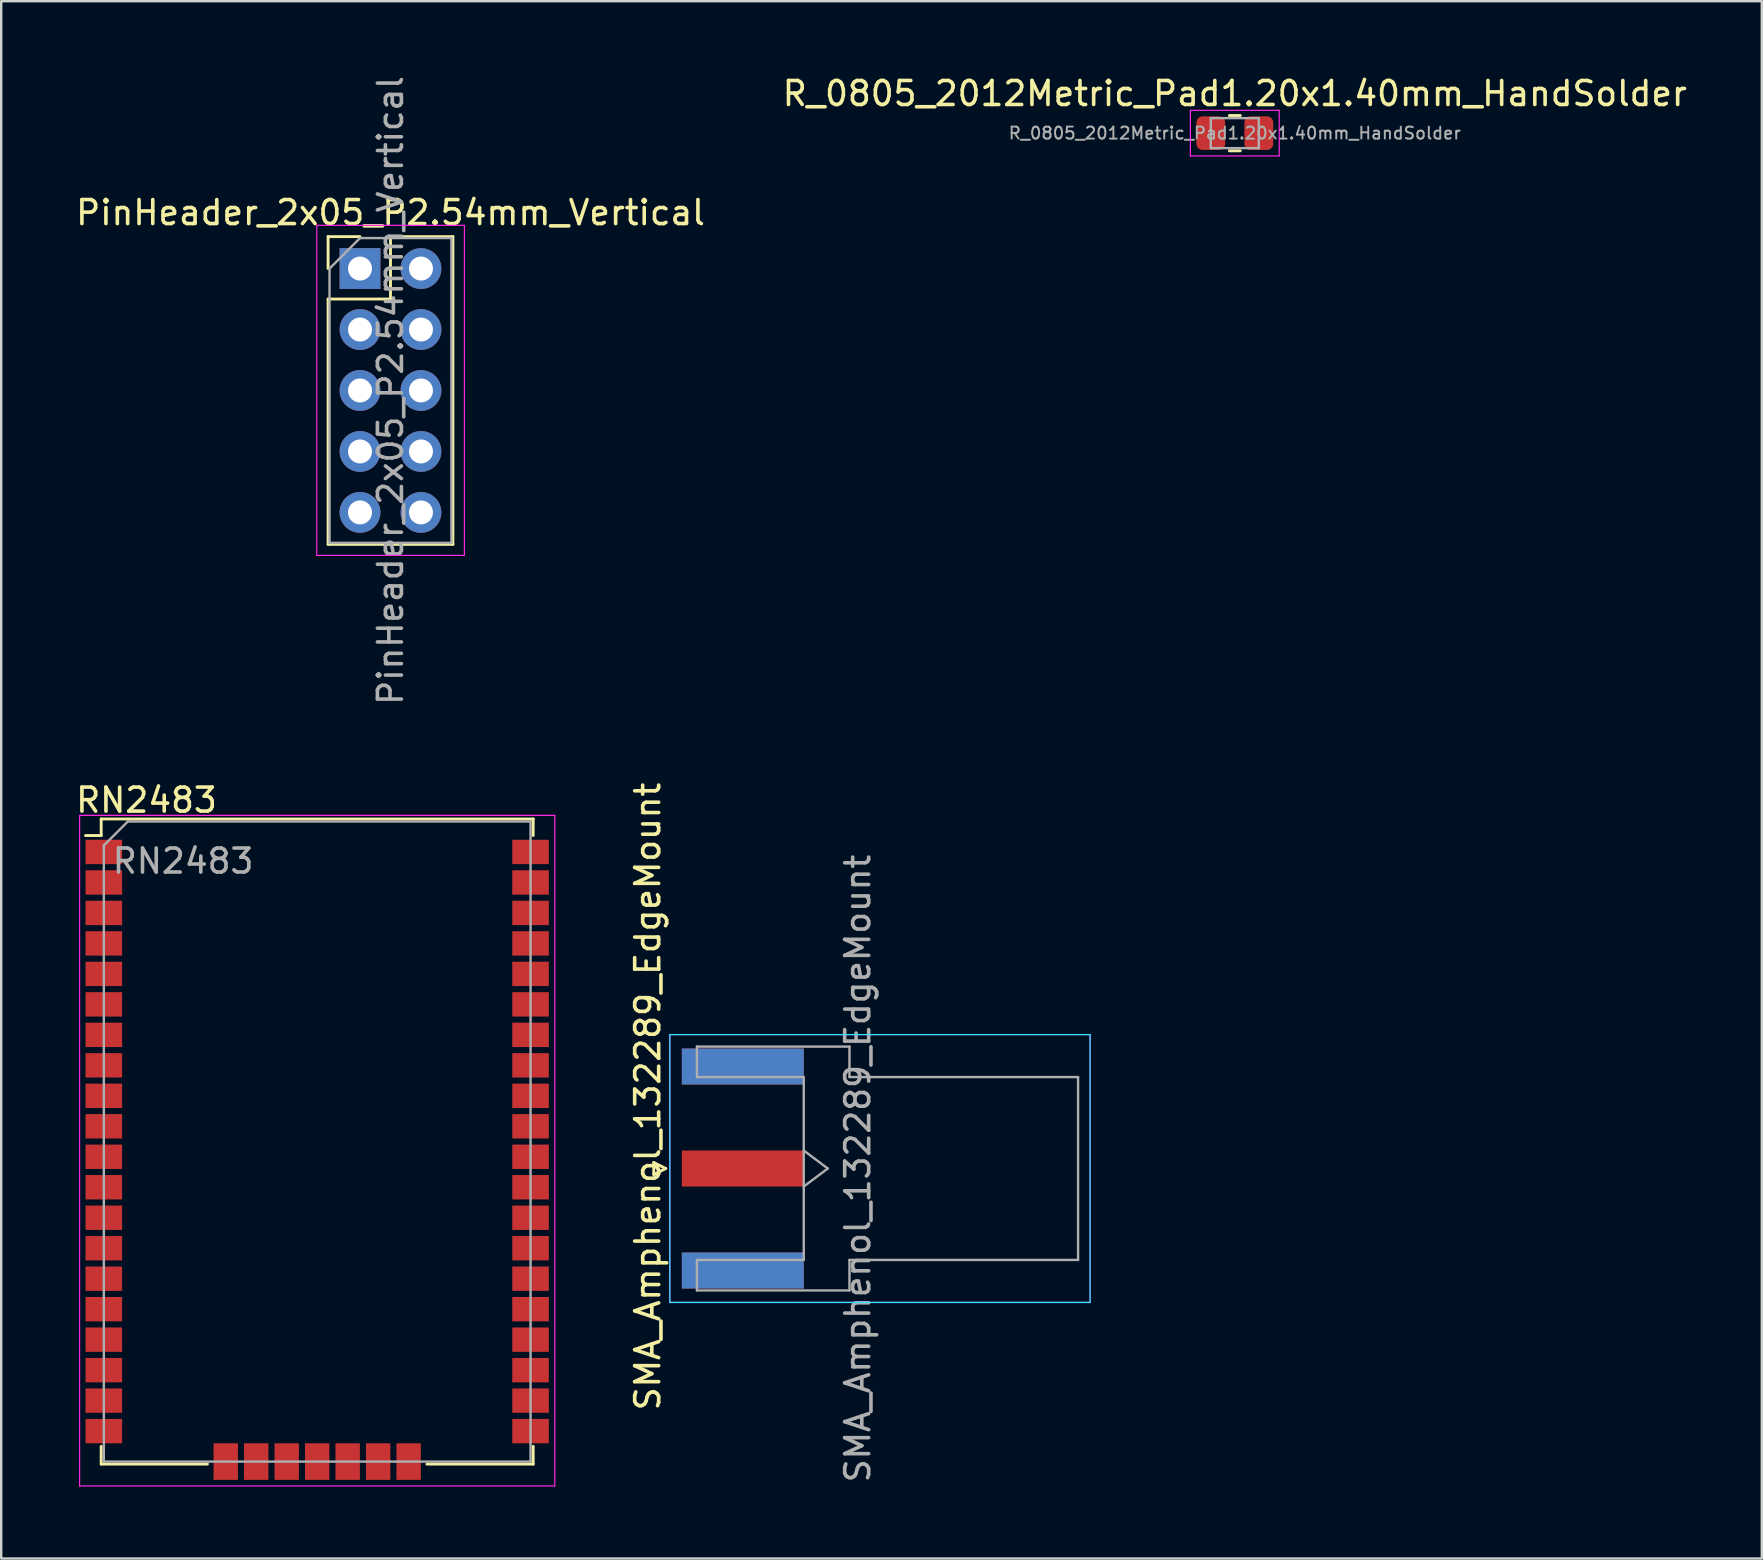
<source format=kicad_pcb>
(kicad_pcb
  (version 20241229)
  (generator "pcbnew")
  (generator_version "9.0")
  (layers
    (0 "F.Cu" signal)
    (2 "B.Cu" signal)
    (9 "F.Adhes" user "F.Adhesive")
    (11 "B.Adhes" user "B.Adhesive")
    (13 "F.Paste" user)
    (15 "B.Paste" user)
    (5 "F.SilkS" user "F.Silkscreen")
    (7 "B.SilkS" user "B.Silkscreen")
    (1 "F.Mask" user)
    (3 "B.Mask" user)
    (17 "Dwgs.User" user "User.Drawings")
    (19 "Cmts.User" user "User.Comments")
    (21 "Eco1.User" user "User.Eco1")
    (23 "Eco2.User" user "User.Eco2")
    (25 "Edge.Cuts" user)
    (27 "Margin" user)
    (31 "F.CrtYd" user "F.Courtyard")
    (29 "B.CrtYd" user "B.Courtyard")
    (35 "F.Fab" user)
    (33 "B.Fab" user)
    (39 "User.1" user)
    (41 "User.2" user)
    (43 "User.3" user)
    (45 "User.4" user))
  (footprint "R_0805_2012Metric_Pad1.20x1.40mm_HandSolder"
    (layer "F.Cu")
    (at 48.399 2.498)
    (property "Reference" "R_0805_2012Metric_Pad1.20x1.40mm_HandSolder" (at 0 -1.65 180) (layer "F.SilkS") (effects (font (size 1 1) (thickness 0.15))))
    (attr smd)
    (fp_line (start -0.227 -0.735) (end 0.227 -0.735) (stroke (width 0.12) (type solid)) (layer "F.SilkS"))
    (fp_line (start -0.227 0.735) (end 0.227 0.735) (stroke (width 0.12) (type solid)) (layer "F.SilkS"))
    (fp_line (start -1.85 -0.95) (end 1.85 -0.95) (stroke (width 0.05) (type solid)) (layer "F.CrtYd"))
    (fp_line (start -1.85 0.95) (end -1.85 -0.95) (stroke (width 0.05) (type solid)) (layer "F.CrtYd"))
    (fp_line (start 1.85 -0.95) (end 1.85 0.95) (stroke (width 0.05) (type solid)) (layer "F.CrtYd"))
    (fp_line (start 1.85 0.95) (end -1.85 0.95) (stroke (width 0.05) (type solid)) (layer "F.CrtYd"))
    (fp_line (start -1 -0.625) (end 1 -0.625) (stroke (width 0.1) (type solid)) (layer "F.Fab"))
    (fp_line (start -1 0.625) (end -1 -0.625) (stroke (width 0.1) (type solid)) (layer "F.Fab"))
    (fp_line (start 1 -0.625) (end 1 0.625) (stroke (width 0.1) (type solid)) (layer "F.Fab"))
    (fp_line (start 1 0.625) (end -1 0.625) (stroke (width 0.1) (type solid)) (layer "F.Fab"))
    (fp_text user "${REFERENCE}" (at 0 0 180) (layer "F.Fab") (effects (font (size 0.5 0.5) (thickness 0.08))))
    (pad "1" smd roundrect (at -1 0) (size 1.2 1.4) (layers "F.Cu" "F.Mask" "F.Paste") (roundrect_rratio 0.208))
    (pad "2" smd roundrect (at 1 0) (size 1.2 1.4) (layers "F.Cu" "F.Mask" "F.Paste") (roundrect_rratio 0.208)))
  (footprint "RN2483"
    (layer "F.Cu")
    (at 10.166 44.513)
    (property "Reference" "RN2483" (at -7.112 -14.224 0) (layer "F.SilkS") (effects (font (size 1 1) (thickness 0.15))))
    (attr smd)
    (fp_line (start -9 -13.44) (end 9 -13.44) (stroke (width 0.12) (type solid)) (layer "F.SilkS"))
    (fp_line (start -9 -12.75) (end -9.652 -12.75) (stroke (width 0.12) (type solid)) (layer "F.SilkS"))
    (fp_line (start -9 -12.75) (end -9 -13.44) (stroke (width 0.12) (type solid)) (layer "F.SilkS"))
    (fp_line (start -9 12.7) (end -9 13.44) (stroke (width 0.12) (type solid)) (layer "F.SilkS"))
    (fp_line (start -9 13.44) (end -4.572 13.44) (stroke (width 0.12) (type solid)) (layer "F.SilkS"))
    (fp_line (start 4.572 13.44) (end 9 13.44) (stroke (width 0.12) (type solid)) (layer "F.SilkS"))
    (fp_line (start 9 -13.44) (end 9 -12.75) (stroke (width 0.12) (type solid)) (layer "F.SilkS"))
    (fp_line (start 9 13.44) (end 9 12.7) (stroke (width 0.12) (type solid)) (layer "F.SilkS"))
    (fp_line (start -9.9 -13.59) (end 9.9 -13.59) (stroke (width 0.05) (type solid)) (layer "F.CrtYd"))
    (fp_line (start -9.9 14.35) (end -9.9 -13.59) (stroke (width 0.05) (type solid)) (layer "F.CrtYd"))
    (fp_line (start 9.9 -13.59) (end 9.9 14.35) (stroke (width 0.05) (type solid)) (layer "F.CrtYd"))
    (fp_line (start 9.9 14.35) (end -9.9 14.35) (stroke (width 0.05) (type solid)) (layer "F.CrtYd"))
    (fp_line (start -8.89 13.335) (end -8.89 -12.335) (stroke (width 0.1) (type solid)) (layer "F.Fab"))
    (fp_line (start -7.89 -13.335) (end -8.89 -12.335) (stroke (width 0.1) (type solid)) (layer "F.Fab"))
    (fp_line (start -7.89 -13.335) (end 8.89 -13.335) (stroke (width 0.1) (type solid)) (layer "F.Fab"))
    (fp_line (start 8.89 -13.335) (end 8.89 13.335) (stroke (width 0.1) (type solid)) (layer "F.Fab"))
    (fp_line (start 8.89 13.335) (end -8.89 13.335) (stroke (width 0.1) (type solid)) (layer "F.Fab"))
    (fp_text user "${REFERENCE}" (at -5.588 -11.684 0) (layer "F.Fab") (effects (font (size 1 1) (thickness 0.15))))
    (pad "1" smd rect (at -8.89 -12.065) (size 1.524 1.016) (layers "F.Cu" "F.Mask" "F.Paste"))
    (pad "2" smd rect (at -8.89 -10.795) (size 1.524 1.016) (layers "F.Cu" "F.Mask" "F.Paste"))
    (pad "3" smd rect (at -8.89 -9.525) (size 1.524 1.016) (layers "F.Cu" "F.Mask" "F.Paste"))
    (pad "4" smd rect (at -8.89 -8.255) (size 1.524 1.016) (layers "F.Cu" "F.Mask" "F.Paste"))
    (pad "5" smd rect (at -8.89 -6.985) (size 1.524 1.016) (layers "F.Cu" "F.Mask" "F.Paste"))
    (pad "6" smd rect (at -8.89 -5.715) (size 1.524 1.016) (layers "F.Cu" "F.Mask" "F.Paste"))
    (pad "7" smd rect (at -8.89 -4.445) (size 1.524 1.016) (layers "F.Cu" "F.Mask" "F.Paste"))
    (pad "8" smd rect (at -8.89 -3.175) (size 1.524 1.016) (layers "F.Cu" "F.Mask" "F.Paste"))
    (pad "9" smd rect (at -8.89 -1.905) (size 1.524 1.016) (layers "F.Cu" "F.Mask" "F.Paste"))
    (pad "10" smd rect (at -8.89 -0.635) (size 1.524 1.016) (layers "F.Cu" "F.Mask" "F.Paste"))
    (pad "11" smd rect (at -8.89 0.635) (size 1.524 1.016) (layers "F.Cu" "F.Mask" "F.Paste"))
    (pad "12" smd rect (at -8.89 1.905) (size 1.524 1.016) (layers "F.Cu" "F.Mask" "F.Paste"))
    (pad "13" smd rect (at -8.89 3.175) (size 1.524 1.016) (layers "F.Cu" "F.Mask" "F.Paste"))
    (pad "14" smd rect (at -8.89 4.445) (size 1.524 1.016) (layers "F.Cu" "F.Mask" "F.Paste"))
    (pad "15" smd rect (at -8.89 5.715) (size 1.524 1.016) (layers "F.Cu" "F.Mask" "F.Paste"))
    (pad "16" smd rect (at -8.89 6.985) (size 1.524 1.016) (layers "F.Cu" "F.Mask" "F.Paste"))
    (pad "17" smd rect (at -8.89 8.255) (size 1.524 1.016) (layers "F.Cu" "F.Mask" "F.Paste"))
    (pad "18" smd rect (at -8.89 9.525) (size 1.524 1.016) (layers "F.Cu" "F.Mask" "F.Paste"))
    (pad "19" smd rect (at -8.89 10.795) (size 1.524 1.016) (layers "F.Cu" "F.Mask" "F.Paste"))
    (pad "20" smd rect (at -8.89 12.065) (size 1.524 1.016) (layers "F.Cu" "F.Mask" "F.Paste"))
    (pad "21" smd rect (at -3.81 13.335 90) (size 1.524 1.016) (layers "F.Cu" "F.Mask" "F.Paste"))
    (pad "22" smd rect (at -2.54 13.335 90) (size 1.524 1.016) (layers "F.Cu" "F.Mask" "F.Paste"))
    (pad "23" smd rect (at -1.27 13.335 90) (size 1.524 1.016) (layers "F.Cu" "F.Mask" "F.Paste"))
    (pad "24" smd rect (at 0 13.335 90) (size 1.524 1.016) (layers "F.Cu" "F.Mask" "F.Paste"))
    (pad "25" smd rect (at 1.27 13.335 90) (size 1.524 1.016) (layers "F.Cu" "F.Mask" "F.Paste"))
    (pad "26" smd rect (at 2.54 13.335 90) (size 1.524 1.016) (layers "F.Cu" "F.Mask" "F.Paste"))
    (pad "27" smd rect (at 3.81 13.335 90) (size 1.524 1.016) (layers "F.Cu" "F.Mask" "F.Paste"))
    (pad "28" smd rect (at 8.89 12.065) (size 1.524 1.016) (layers "F.Cu" "F.Mask" "F.Paste"))
    (pad "29" smd rect (at 8.89 10.795) (size 1.524 1.016) (layers "F.Cu" "F.Mask" "F.Paste"))
    (pad "30" smd rect (at 8.89 9.525) (size 1.524 1.016) (layers "F.Cu" "F.Mask" "F.Paste"))
    (pad "31" smd rect (at 8.89 8.255) (size 1.524 1.016) (layers "F.Cu" "F.Mask" "F.Paste"))
    (pad "32" smd rect (at 8.89 6.985) (size 1.524 1.016) (layers "F.Cu" "F.Mask" "F.Paste"))
    (pad "33" smd rect (at 8.89 5.715) (size 1.524 1.016) (layers "F.Cu" "F.Mask" "F.Paste"))
    (pad "34" smd rect (at 8.89 4.445) (size 1.524 1.016) (layers "F.Cu" "F.Mask" "F.Paste"))
    (pad "35" smd rect (at 8.89 3.175) (size 1.524 1.016) (layers "F.Cu" "F.Mask" "F.Paste"))
    (pad "36" smd rect (at 8.89 1.905) (size 1.524 1.016) (layers "F.Cu" "F.Mask" "F.Paste"))
    (pad "37" smd rect (at 8.89 0.635) (size 1.524 1.016) (layers "F.Cu" "F.Mask" "F.Paste"))
    (pad "38" smd rect (at 8.89 -0.635) (size 1.524 1.016) (layers "F.Cu" "F.Mask" "F.Paste"))
    (pad "39" smd rect (at 8.89 -1.905) (size 1.524 1.016) (layers "F.Cu" "F.Mask" "F.Paste"))
    (pad "40" smd rect (at 8.89 -3.175) (size 1.524 1.016) (layers "F.Cu" "F.Mask" "F.Paste"))
    (pad "41" smd rect (at 8.89 -4.445) (size 1.524 1.016) (layers "F.Cu" "F.Mask" "F.Paste"))
    (pad "42" smd rect (at 8.89 -5.715) (size 1.524 1.016) (layers "F.Cu" "F.Mask" "F.Paste"))
    (pad "43" smd rect (at 8.89 -6.985) (size 1.524 1.016) (layers "F.Cu" "F.Mask" "F.Paste"))
    (pad "44" smd rect (at 8.89 -8.255) (size 1.524 1.016) (layers "F.Cu" "F.Mask" "F.Paste"))
    (pad "45" smd rect (at 8.89 -9.525) (size 1.524 1.016) (layers "F.Cu" "F.Mask" "F.Paste"))
    (pad "46" smd rect (at 8.89 -10.795) (size 1.524 1.016) (layers "F.Cu" "F.Mask" "F.Paste"))
    (pad "47" smd rect (at 8.89 -12.065) (size 1.524 1.016) (layers "F.Cu" "F.Mask" "F.Paste")))
  (footprint "SMA_Amphenol_132289_EdgeMount"
    (layer "F.Cu")
    (at 27.899 45.637)
    (property "Reference" "SMA_Amphenol_132289_EdgeMount" (at -3.96 -3 90) (layer "F.SilkS") (effects (font (size 1 1) (thickness 0.15))))
    (attr smd)
    (fp_line (start -3.71 -0.25) (end -3.71 0.25) (stroke (width 0.12) (type solid)) (layer "F.SilkS"))
    (fp_line (start -3.71 0.25) (end -3.21 0) (stroke (width 0.12) (type solid)) (layer "F.SilkS"))
    (fp_line (start -3.21 0) (end -3.71 -0.25) (stroke (width 0.12) (type solid)) (layer "F.SilkS"))
    (fp_line (start -3.04 5.58) (end -3.04 -5.58) (stroke (width 0.05) (type solid)) (layer "B.CrtYd"))
    (fp_line (start 14.47 -5.58) (end -3.04 -5.58) (stroke (width 0.05) (type solid)) (layer "B.CrtYd"))
    (fp_line (start 14.47 -5.58) (end 14.47 5.58) (stroke (width 0.05) (type solid)) (layer "B.CrtYd"))
    (fp_line (start 14.47 5.58) (end -3.04 5.58) (stroke (width 0.05) (type solid)) (layer "B.CrtYd"))
    (fp_line (start -3.04 5.58) (end -3.04 -5.58) (stroke (width 0.05) (type solid)) (layer "F.CrtYd"))
    (fp_line (start 14.47 -5.58) (end -3.04 -5.58) (stroke (width 0.05) (type solid)) (layer "F.CrtYd"))
    (fp_line (start 14.47 -5.58) (end 14.47 5.58) (stroke (width 0.05) (type solid)) (layer "F.CrtYd"))
    (fp_line (start 14.47 5.58) (end -3.04 5.58) (stroke (width 0.05) (type solid)) (layer "F.CrtYd"))
    (fp_line (start -1.91 -5.08) (end -1.91 -3.81) (stroke (width 0.1) (type solid)) (layer "F.Fab"))
    (fp_line (start -1.91 -5.08) (end 4.445 -5.08) (stroke (width 0.1) (type solid)) (layer "F.Fab"))
    (fp_line (start -1.91 -3.81) (end 2.54 -3.81) (stroke (width 0.1) (type solid)) (layer "F.Fab"))
    (fp_line (start -1.91 3.81) (end -1.91 5.08) (stroke (width 0.1) (type solid)) (layer "F.Fab"))
    (fp_line (start -1.91 5.08) (end 4.445 5.08) (stroke (width 0.1) (type solid)) (layer "F.Fab"))
    (fp_line (start 2.54 -3.81) (end 2.54 3.81) (stroke (width 0.1) (type solid)) (layer "F.Fab"))
    (fp_line (start 2.54 -0.75) (end 3.54 0) (stroke (width 0.1) (type solid)) (layer "F.Fab"))
    (fp_line (start 2.54 3.81) (end -1.91 3.81) (stroke (width 0.1) (type solid)) (layer "F.Fab"))
    (fp_line (start 3.54 0) (end 2.54 0.75) (stroke (width 0.1) (type solid)) (layer "F.Fab"))
    (fp_line (start 4.445 -3.81) (end 4.445 -5.08) (stroke (width 0.1) (type solid)) (layer "F.Fab"))
    (fp_line (start 4.445 -3.81) (end 13.97 -3.81) (stroke (width 0.1) (type solid)) (layer "F.Fab"))
    (fp_line (start 4.445 5.08) (end 4.445 3.81) (stroke (width 0.1) (type solid)) (layer "F.Fab"))
    (fp_line (start 13.97 -3.81) (end 13.97 3.81) (stroke (width 0.1) (type solid)) (layer "F.Fab"))
    (fp_line (start 13.97 3.81) (end 4.445 3.81) (stroke (width 0.1) (type solid)) (layer "F.Fab"))
    (fp_text user "${REFERENCE}" (at 4.79 0 90) (layer "F.Fab") (effects (font (size 1 1) (thickness 0.15))))
    (pad "1" smd rect (at 0 0 90) (size 1.5 5.08) (layers "F.Cu" "F.Mask" "F.Paste"))
    (pad "2" smd rect (at 0 -4.25 90) (size 1.5 5.08) (layers "F.Cu" "F.Mask" "F.Paste"))
    (pad "2" smd rect (at 0 -4.25 90) (size 1.5 5.08) (layers "B.Cu" "B.Mask" "B.Paste"))
    (pad "2" smd rect (at 0 4.25 90) (size 1.5 5.08) (layers "F.Cu" "F.Mask" "F.Paste"))
    (pad "2" smd rect (at 0 4.25 90) (size 1.5 5.08) (layers "B.Cu" "B.Mask" "B.Paste")))
  (footprint "PinHeader_2x05_P2.54mm_Vertical"
    (layer "F.Cu")
    (at 11.95 8.14)
    (property "Reference" "PinHeader_2x05_P2.54mm_Vertical" (at 1.27 -2.33 0) (layer "F.SilkS") (effects (font (size 1 1) (thickness 0.15))))
    (attr through_hole)
    (fp_line (start -1.33 -1.33) (end 0 -1.33) (stroke (width 0.12) (type solid)) (layer "F.SilkS"))
    (fp_line (start -1.33 0) (end -1.33 -1.33) (stroke (width 0.12) (type solid)) (layer "F.SilkS"))
    (fp_line (start -1.33 1.27) (end -1.33 11.49) (stroke (width 0.12) (type solid)) (layer "F.SilkS"))
    (fp_line (start -1.33 1.27) (end 1.27 1.27) (stroke (width 0.12) (type solid)) (layer "F.SilkS"))
    (fp_line (start -1.33 11.49) (end 3.87 11.49) (stroke (width 0.12) (type solid)) (layer "F.SilkS"))
    (fp_line (start 1.27 -1.33) (end 3.87 -1.33) (stroke (width 0.12) (type solid)) (layer "F.SilkS"))
    (fp_line (start 1.27 1.27) (end 1.27 -1.33) (stroke (width 0.12) (type solid)) (layer "F.SilkS"))
    (fp_line (start 3.87 -1.33) (end 3.87 11.49) (stroke (width 0.12) (type solid)) (layer "F.SilkS"))
    (fp_line (start -1.8 -1.8) (end -1.8 11.95) (stroke (width 0.05) (type solid)) (layer "F.CrtYd"))
    (fp_line (start -1.8 11.95) (end 4.35 11.95) (stroke (width 0.05) (type solid)) (layer "F.CrtYd"))
    (fp_line (start 4.35 -1.8) (end -1.8 -1.8) (stroke (width 0.05) (type solid)) (layer "F.CrtYd"))
    (fp_line (start 4.35 11.95) (end 4.35 -1.8) (stroke (width 0.05) (type solid)) (layer "F.CrtYd"))
    (fp_line (start -1.27 0) (end 0 -1.27) (stroke (width 0.1) (type solid)) (layer "F.Fab"))
    (fp_line (start -1.27 11.43) (end -1.27 0) (stroke (width 0.1) (type solid)) (layer "F.Fab"))
    (fp_line (start 0 -1.27) (end 3.81 -1.27) (stroke (width 0.1) (type solid)) (layer "F.Fab"))
    (fp_line (start 3.81 -1.27) (end 3.81 11.43) (stroke (width 0.1) (type solid)) (layer "F.Fab"))
    (fp_line (start 3.81 11.43) (end -1.27 11.43) (stroke (width 0.1) (type solid)) (layer "F.Fab"))
    (fp_text user "${REFERENCE}" (at 1.27 5.08 270) (layer "F.Fab") (effects (font (size 1 1) (thickness 0.15))))
    (pad "1" thru_hole rect (at 0 0) (size 1.7 1.7) (drill 1) (layers "*.Cu" "*.Mask"))
    (pad "2" thru_hole oval (at 2.54 0) (size 1.7 1.7) (drill 1) (layers "*.Cu" "*.Mask"))
    (pad "3" thru_hole oval (at 0 2.54) (size 1.7 1.7) (drill 1) (layers "*.Cu" "*.Mask"))
    (pad "4" thru_hole oval (at 2.54 2.54) (size 1.7 1.7) (drill 1) (layers "*.Cu" "*.Mask"))
    (pad "5" thru_hole oval (at 0 5.08) (size 1.7 1.7) (drill 1) (layers "*.Cu" "*.Mask"))
    (pad "6" thru_hole oval (at 2.54 5.08) (size 1.7 1.7) (drill 1) (layers "*.Cu" "*.Mask"))
    (pad "7" thru_hole oval (at 0 7.62) (size 1.7 1.7) (drill 1) (layers "*.Cu" "*.Mask"))
    (pad "8" thru_hole oval (at 2.54 7.62) (size 1.7 1.7) (drill 1) (layers "*.Cu" "*.Mask"))
    (pad "9" thru_hole oval (at 0 10.16) (size 1.7 1.7) (drill 1) (layers "*.Cu" "*.Mask"))
    (pad "10" thru_hole oval (at 2.54 10.16) (size 1.7 1.7) (drill 1) (layers "*.Cu" "*.Mask")))
  (gr_rect
    (start -3 -3)
    (end 70.357 61.888)
    (stroke (width 0.1) (type default))
    (fill no)
    (layer "Edge.Cuts")))
</source>
